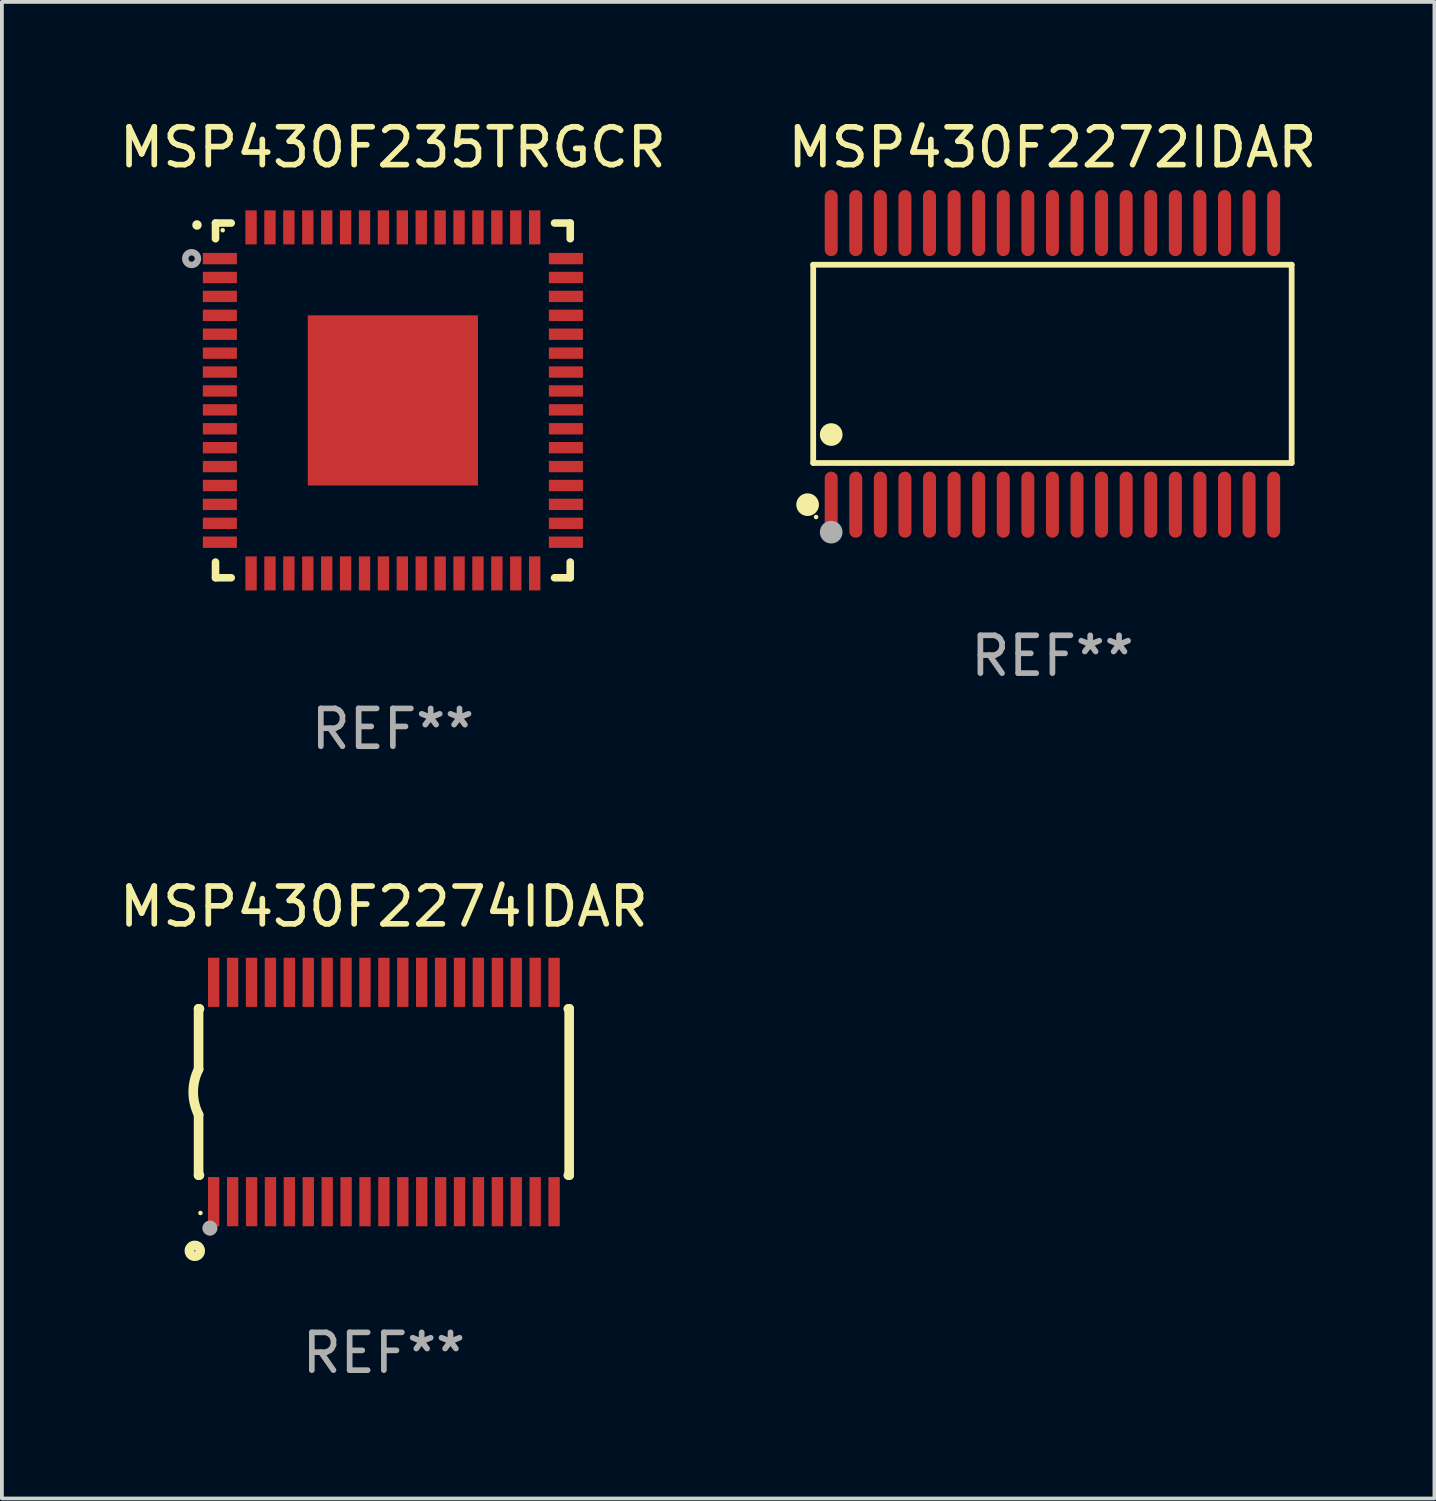
<source format=kicad_pcb>
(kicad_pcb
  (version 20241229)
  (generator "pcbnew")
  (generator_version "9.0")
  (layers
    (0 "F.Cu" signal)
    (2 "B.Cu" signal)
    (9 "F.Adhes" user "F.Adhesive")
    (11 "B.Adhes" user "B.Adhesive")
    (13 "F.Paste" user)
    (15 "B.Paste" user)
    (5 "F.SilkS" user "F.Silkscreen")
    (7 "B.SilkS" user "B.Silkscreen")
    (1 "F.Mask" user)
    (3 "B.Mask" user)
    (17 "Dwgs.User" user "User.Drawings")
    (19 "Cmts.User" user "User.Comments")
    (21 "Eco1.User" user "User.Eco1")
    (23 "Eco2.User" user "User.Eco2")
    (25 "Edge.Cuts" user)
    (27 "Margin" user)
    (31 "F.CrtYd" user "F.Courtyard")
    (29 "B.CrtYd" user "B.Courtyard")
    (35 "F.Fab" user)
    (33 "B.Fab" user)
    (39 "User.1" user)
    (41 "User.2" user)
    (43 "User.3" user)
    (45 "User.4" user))
  (footprint "MSP430F2274IDAR"
    (layer "F.Cu")
    (at 7.101 25.826)
    (property "Reference" "MSP430F2274IDAR" (at 0 -4.901 0) (layer "F.SilkS") (effects (font (size 1 1) (thickness 0.15))))
    (attr through_hole)
    (fp_line (start -4.9 -2.2) (end -4.9 -0.6) (stroke (width 0.254) (type solid)) (layer "F.SilkS"))
    (fp_line (start -4.9 -2.2) (end -4.876 -2.2) (stroke (width 0.254) (type solid)) (layer "F.SilkS"))
    (fp_line (start -4.9 2.2) (end -4.9 0.6) (stroke (width 0.254) (type solid)) (layer "F.SilkS"))
    (fp_line (start -4.9 2.2) (end -4.877 2.2) (stroke (width 0.254) (type solid)) (layer "F.SilkS"))
    (fp_line (start 4.876 -2.2) (end 4.9 -2.2) (stroke (width 0.254) (type solid)) (layer "F.SilkS"))
    (fp_line (start 4.877 2.2) (end 4.9 2.2) (stroke (width 0.254) (type solid)) (layer "F.SilkS"))
    (fp_line (start 4.9 -2.2) (end 4.9 2.2) (stroke (width 0.254) (type solid)) (layer "F.SilkS"))
    (fp_arc (start -4.900051 0.599822) (mid -5.041652 -0.000095) (end -4.9 -0.6) (stroke (width 0.254001) (type solid)) (layer "F.SilkS"))
    (fp_circle (center -5 4.2) (end -4.857 4.2) (stroke (width 0.254) (type solid)) (fill no) (layer "F.SilkS"))
    (fp_circle (center -4.85 3.2) (end -4.82 3.2) (stroke (width 0.06) (type solid)) (fill no) (layer "F.SilkS"))
    (fp_circle (center -4.6 3.6) (end -4.5 3.6) (stroke (width 0.2) (type solid)) (fill no) (layer "F.Fab"))
    (fp_text user "REF**" (at 0 6.901 0) (layer "F.Fab") (effects (font (size 1 1) (thickness 0.15))))
    (pad "1" smd rect (at -4.501 2.899 90) (size 1.3 0.3) (layers "F.Cu" "F.Mask" "F.Paste"))
    (pad "2" smd rect (at -3.999 2.901 90) (size 1.3 0.3) (layers "F.Cu" "F.Mask" "F.Paste"))
    (pad "3" smd rect (at -3.498 2.901 90) (size 1.3 0.3) (layers "F.Cu" "F.Mask" "F.Paste"))
    (pad "4" smd rect (at -2.999 2.901 90) (size 1.3 0.3) (layers "F.Cu" "F.Mask" "F.Paste"))
    (pad "5" smd rect (at -2.499 2.901 90) (size 1.3 0.3) (layers "F.Cu" "F.Mask" "F.Paste"))
    (pad "6" smd rect (at -1.999 2.901 90) (size 1.3 0.3) (layers "F.Cu" "F.Mask" "F.Paste"))
    (pad "7" smd rect (at -1.499 2.901 90) (size 1.3 0.3) (layers "F.Cu" "F.Mask" "F.Paste"))
    (pad "8" smd rect (at -0.999 2.901 90) (size 1.3 0.3) (layers "F.Cu" "F.Mask" "F.Paste"))
    (pad "9" smd rect (at -0.499 2.901 90) (size 1.3 0.3) (layers "F.Cu" "F.Mask" "F.Paste"))
    (pad "10" smd rect (at 0.001 2.901 90) (size 1.3 0.3) (layers "F.Cu" "F.Mask" "F.Paste"))
    (pad "11" smd rect (at 0.501 2.901 90) (size 1.3 0.3) (layers "F.Cu" "F.Mask" "F.Paste"))
    (pad "12" smd rect (at 1.001 2.901 90) (size 1.3 0.3) (layers "F.Cu" "F.Mask" "F.Paste"))
    (pad "13" smd rect (at 1.501 2.901 90) (size 1.3 0.3) (layers "F.Cu" "F.Mask" "F.Paste"))
    (pad "14" smd rect (at 2.001 2.901 90) (size 1.3 0.3) (layers "F.Cu" "F.Mask" "F.Paste"))
    (pad "15" smd rect (at 2.501 2.901 90) (size 1.3 0.3) (layers "F.Cu" "F.Mask" "F.Paste"))
    (pad "16" smd rect (at 3.001 2.901 90) (size 1.3 0.3) (layers "F.Cu" "F.Mask" "F.Paste"))
    (pad "17" smd rect (at 3.501 2.901 90) (size 1.3 0.3) (layers "F.Cu" "F.Mask" "F.Paste"))
    (pad "18" smd rect (at 4.001 2.901 90) (size 1.3 0.3) (layers "F.Cu" "F.Mask" "F.Paste"))
    (pad "19" smd rect (at 4.501 2.901 90) (size 1.3 0.3) (layers "F.Cu" "F.Mask" "F.Paste"))
    (pad "20" smd rect (at 4.501 -2.899 90) (size 1.3 0.3) (layers "F.Cu" "F.Mask" "F.Paste"))
    (pad "21" smd rect (at 4.001 -2.9 90) (size 1.3 0.3) (layers "F.Cu" "F.Mask" "F.Paste"))
    (pad "22" smd rect (at 3.501 -2.899 90) (size 1.3 0.3) (layers "F.Cu" "F.Mask" "F.Paste"))
    (pad "23" smd rect (at 3.002 -2.899 90) (size 1.3 0.3) (layers "F.Cu" "F.Mask" "F.Paste"))
    (pad "24" smd rect (at 2.499 -2.901 90) (size 1.3 0.3) (layers "F.Cu" "F.Mask" "F.Paste"))
    (pad "25" smd rect (at 2 -2.9 90) (size 1.3 0.3) (layers "F.Cu" "F.Mask" "F.Paste"))
    (pad "26" smd rect (at 1.5 -2.9 90) (size 1.3 0.3) (layers "F.Cu" "F.Mask" "F.Paste"))
    (pad "27" smd rect (at 1 -2.9 90) (size 1.3 0.3) (layers "F.Cu" "F.Mask" "F.Paste"))
    (pad "28" smd rect (at 0.5 -2.9 90) (size 1.3 0.3) (layers "F.Cu" "F.Mask" "F.Paste"))
    (pad "29" smd rect (at 0.000127 -2.9 90) (size 1.3 0.3) (layers "F.Cu" "F.Mask" "F.Paste"))
    (pad "30" smd rect (at -0.5 -2.9 90) (size 1.3 0.3) (layers "F.Cu" "F.Mask" "F.Paste"))
    (pad "31" smd rect (at -1 -2.9 90) (size 1.3 0.3) (layers "F.Cu" "F.Mask" "F.Paste"))
    (pad "32" smd rect (at -1.5 -2.9 90) (size 1.3 0.3) (layers "F.Cu" "F.Mask" "F.Paste"))
    (pad "33" smd rect (at -2 -2.9 90) (size 1.3 0.3) (layers "F.Cu" "F.Mask" "F.Paste"))
    (pad "34" smd rect (at -2.5 -2.9 90) (size 1.3 0.3) (layers "F.Cu" "F.Mask" "F.Paste"))
    (pad "35" smd rect (at -3 -2.9 90) (size 1.3 0.3) (layers "F.Cu" "F.Mask" "F.Paste"))
    (pad "36" smd rect (at -3.5 -2.9 90) (size 1.3 0.3) (layers "F.Cu" "F.Mask" "F.Paste"))
    (pad "37" smd rect (at -4 -2.9 90) (size 1.3 0.3) (layers "F.Cu" "F.Mask" "F.Paste"))
    (pad "38" smd rect (at -4.5 -2.9 90) (size 1.3 0.3) (layers "F.Cu" "F.Mask" "F.Paste")))
  (footprint "MSP430F2272IDAR"
    (layer "F.Cu")
    (at 24.78 6.572)
    (property "Reference" "MSP430F2272IDAR" (at 0 -5.723 0) (layer "F.SilkS") (effects (font (size 1 1) (thickness 0.15))))
    (attr through_hole)
    (fp_line (start -6.326 -2.622) (end 6.326 -2.622) (stroke (width 0.152) (type solid)) (layer "F.SilkS"))
    (fp_line (start -6.326 2.621) (end -6.326 -2.622) (stroke (width 0.152) (type solid)) (layer "F.SilkS"))
    (fp_line (start 6.326 -2.622) (end 6.326 2.621) (stroke (width 0.152) (type solid)) (layer "F.SilkS"))
    (fp_line (start 6.326 2.621) (end -6.326 2.621) (stroke (width 0.152) (type solid)) (layer "F.SilkS"))
    (fp_circle (center -6.474 3.723) (end -6.324 3.723) (stroke (width 0.3) (type solid)) (fill no) (layer "F.SilkS"))
    (fp_circle (center -6.25 4.05) (end -6.22 4.05) (stroke (width 0.06) (type solid)) (fill no) (layer "F.SilkS"))
    (fp_circle (center -5.85 1.869) (end -5.7 1.869) (stroke (width 0.3) (type solid)) (fill no) (layer "F.SilkS"))
    (fp_circle (center -5.85 4.45) (end -5.7 4.45) (stroke (width 0.3) (type solid)) (fill no) (layer "F.Fab"))
    (fp_text user "REF**" (at 0 7.723 0) (layer "F.Fab") (effects (font (size 1 1) (thickness 0.15))))
    (pad "1" smd oval (at -5.85 3.723) (size 0.343 1.747) (layers "F.Cu" "F.Mask" "F.Paste"))
    (pad "2" smd oval (at -5.2 3.723) (size 0.343 1.747) (layers "F.Cu" "F.Mask" "F.Paste"))
    (pad "3" smd oval (at -4.55 3.723) (size 0.343 1.747) (layers "F.Cu" "F.Mask" "F.Paste"))
    (pad "4" smd oval (at -3.9 3.723) (size 0.343 1.747) (layers "F.Cu" "F.Mask" "F.Paste"))
    (pad "5" smd oval (at -3.25 3.723) (size 0.343 1.747) (layers "F.Cu" "F.Mask" "F.Paste"))
    (pad "6" smd oval (at -2.6 3.723) (size 0.343 1.747) (layers "F.Cu" "F.Mask" "F.Paste"))
    (pad "7" smd oval (at -1.95 3.723) (size 0.343 1.747) (layers "F.Cu" "F.Mask" "F.Paste"))
    (pad "8" smd oval (at -1.3 3.723) (size 0.343 1.747) (layers "F.Cu" "F.Mask" "F.Paste"))
    (pad "9" smd oval (at -0.65 3.723) (size 0.343 1.747) (layers "F.Cu" "F.Mask" "F.Paste"))
    (pad "10" smd oval (at 0 3.723) (size 0.343 1.747) (layers "F.Cu" "F.Mask" "F.Paste"))
    (pad "11" smd oval (at 0.65 3.723) (size 0.343 1.747) (layers "F.Cu" "F.Mask" "F.Paste"))
    (pad "12" smd oval (at 1.3 3.723) (size 0.343 1.747) (layers "F.Cu" "F.Mask" "F.Paste"))
    (pad "13" smd oval (at 1.95 3.723) (size 0.343 1.747) (layers "F.Cu" "F.Mask" "F.Paste"))
    (pad "14" smd oval (at 2.6 3.723) (size 0.343 1.747) (layers "F.Cu" "F.Mask" "F.Paste"))
    (pad "15" smd oval (at 3.25 3.723) (size 0.343 1.747) (layers "F.Cu" "F.Mask" "F.Paste"))
    (pad "16" smd oval (at 3.9 3.723) (size 0.343 1.747) (layers "F.Cu" "F.Mask" "F.Paste"))
    (pad "17" smd oval (at 4.55 3.723) (size 0.343 1.747) (layers "F.Cu" "F.Mask" "F.Paste"))
    (pad "18" smd oval (at 5.2 3.723) (size 0.343 1.747) (layers "F.Cu" "F.Mask" "F.Paste"))
    (pad "19" smd oval (at 5.85 3.723) (size 0.343 1.747) (layers "F.Cu" "F.Mask" "F.Paste"))
    (pad "20" smd oval (at 5.85 -3.723) (size 0.343 1.747) (layers "F.Cu" "F.Mask" "F.Paste"))
    (pad "21" smd oval (at 5.2 -3.723) (size 0.343 1.747) (layers "F.Cu" "F.Mask" "F.Paste"))
    (pad "22" smd oval (at 4.55 -3.723) (size 0.343 1.747) (layers "F.Cu" "F.Mask" "F.Paste"))
    (pad "23" smd oval (at 3.9 -3.723) (size 0.343 1.747) (layers "F.Cu" "F.Mask" "F.Paste"))
    (pad "24" smd oval (at 3.25 -3.723) (size 0.343 1.747) (layers "F.Cu" "F.Mask" "F.Paste"))
    (pad "25" smd oval (at 2.6 -3.723) (size 0.343 1.747) (layers "F.Cu" "F.Mask" "F.Paste"))
    (pad "26" smd oval (at 1.95 -3.723) (size 0.343 1.747) (layers "F.Cu" "F.Mask" "F.Paste"))
    (pad "27" smd oval (at 1.3 -3.723) (size 0.343 1.747) (layers "F.Cu" "F.Mask" "F.Paste"))
    (pad "28" smd oval (at 0.65 -3.723) (size 0.343 1.747) (layers "F.Cu" "F.Mask" "F.Paste"))
    (pad "29" smd oval (at 0 -3.723) (size 0.343 1.747) (layers "F.Cu" "F.Mask" "F.Paste"))
    (pad "30" smd oval (at -0.65 -3.723) (size 0.343 1.747) (layers "F.Cu" "F.Mask" "F.Paste"))
    (pad "31" smd oval (at -1.3 -3.723) (size 0.343 1.747) (layers "F.Cu" "F.Mask" "F.Paste"))
    (pad "32" smd oval (at -1.95 -3.723) (size 0.343 1.747) (layers "F.Cu" "F.Mask" "F.Paste"))
    (pad "33" smd oval (at -2.6 -3.723) (size 0.343 1.747) (layers "F.Cu" "F.Mask" "F.Paste"))
    (pad "34" smd oval (at -3.25 -3.723) (size 0.343 1.747) (layers "F.Cu" "F.Mask" "F.Paste"))
    (pad "35" smd oval (at -3.9 -3.723) (size 0.343 1.747) (layers "F.Cu" "F.Mask" "F.Paste"))
    (pad "36" smd oval (at -4.55 -3.723) (size 0.343 1.747) (layers "F.Cu" "F.Mask" "F.Paste"))
    (pad "37" smd oval (at -5.2 -3.723) (size 0.343 1.747) (layers "F.Cu" "F.Mask" "F.Paste"))
    (pad "38" smd oval (at -5.85 -3.723) (size 0.343 1.747) (layers "F.Cu" "F.Mask" "F.Paste")))
  (footprint "MSP430F235TRGCR"
    (layer "F.Cu")
    (at 7.339 7.538)
    (property "Reference" "MSP430F235TRGCR" (at 0 -6.69 0) (layer "F.SilkS") (effects (font (size 1 1) (thickness 0.15))))
    (attr through_hole)
    (fp_line (start -4.69 -4.69) (end -4.275 -4.69) (stroke (width 0.2) (type solid)) (layer "F.SilkS"))
    (fp_line (start -4.69 -4.275) (end -4.69 -4.69) (stroke (width 0.2) (type solid)) (layer "F.SilkS"))
    (fp_line (start -4.69 4.275) (end -4.69 4.69) (stroke (width 0.2) (type solid)) (layer "F.SilkS"))
    (fp_line (start -4.69 4.69) (end -4.275 4.69) (stroke (width 0.2) (type solid)) (layer "F.SilkS"))
    (fp_line (start 4.275 -4.69) (end 4.69 -4.69) (stroke (width 0.2) (type solid)) (layer "F.SilkS"))
    (fp_line (start 4.275 4.69) (end 4.69 4.69) (stroke (width 0.2) (type solid)) (layer "F.SilkS"))
    (fp_line (start 4.69 -4.69) (end 4.69 -4.275) (stroke (width 0.2) (type solid)) (layer "F.SilkS"))
    (fp_line (start 4.69 4.69) (end 4.69 4.275) (stroke (width 0.2) (type solid)) (layer "F.SilkS"))
    (fp_arc (start -5.18001 -4.637338) (mid -5.180016 -4.638608) (end -5.18001 -4.639878) (stroke (width 0.24892) (type solid)) (layer "F.SilkS"))
    (fp_circle (center -4.5 -4.5) (end -4.47 -4.5) (stroke (width 0.06) (type solid)) (fill no) (layer "F.SilkS"))
    (fp_circle (center -5.322 -3.75) (end -5.239 -3.75) (stroke (width 0.17) (type solid)) (fill no) (layer "F.Fab"))
    (fp_text user "REF**" (at 0 8.69 0) (layer "F.Fab") (effects (font (size 1 1) (thickness 0.15))))
    (pad "1" smd rect (at -4.575 -3.75) (size 0.9 0.3) (layers "F.Cu" "F.Mask" "F.Paste"))
    (pad "2" smd rect (at -4.575 -3.25) (size 0.9 0.3) (layers "F.Cu" "F.Mask" "F.Paste"))
    (pad "3" smd rect (at -4.575 -2.75) (size 0.9 0.3) (layers "F.Cu" "F.Mask" "F.Paste"))
    (pad "4" smd rect (at -4.575 -2.25) (size 0.9 0.3) (layers "F.Cu" "F.Mask" "F.Paste"))
    (pad "5" smd rect (at -4.575 -1.75) (size 0.9 0.3) (layers "F.Cu" "F.Mask" "F.Paste"))
    (pad "6" smd rect (at -4.575 -1.25) (size 0.9 0.3) (layers "F.Cu" "F.Mask" "F.Paste"))
    (pad "7" smd rect (at -4.575 -0.75) (size 0.9 0.3) (layers "F.Cu" "F.Mask" "F.Paste"))
    (pad "8" smd rect (at -4.575 -0.25) (size 0.9 0.3) (layers "F.Cu" "F.Mask" "F.Paste"))
    (pad "9" smd rect (at -4.575 0.25) (size 0.9 0.3) (layers "F.Cu" "F.Mask" "F.Paste"))
    (pad "10" smd rect (at -4.575 0.75) (size 0.9 0.3) (layers "F.Cu" "F.Mask" "F.Paste"))
    (pad "11" smd rect (at -4.575 1.25) (size 0.9 0.3) (layers "F.Cu" "F.Mask" "F.Paste"))
    (pad "12" smd rect (at -4.575 1.75) (size 0.9 0.3) (layers "F.Cu" "F.Mask" "F.Paste"))
    (pad "13" smd rect (at -4.575 2.25) (size 0.9 0.3) (layers "F.Cu" "F.Mask" "F.Paste"))
    (pad "14" smd rect (at -4.575 2.75) (size 0.9 0.3) (layers "F.Cu" "F.Mask" "F.Paste"))
    (pad "15" smd rect (at -4.575 3.25) (size 0.9 0.3) (layers "F.Cu" "F.Mask" "F.Paste"))
    (pad "16" smd rect (at -4.575 3.75) (size 0.9 0.3) (layers "F.Cu" "F.Mask" "F.Paste"))
    (pad "17" smd rect (at -3.75 4.575 90) (size 0.9 0.3) (layers "F.Cu" "F.Mask" "F.Paste"))
    (pad "18" smd rect (at -3.25 4.575 90) (size 0.9 0.3) (layers "F.Cu" "F.Mask" "F.Paste"))
    (pad "19" smd rect (at -2.75 4.575 90) (size 0.9 0.3) (layers "F.Cu" "F.Mask" "F.Paste"))
    (pad "20" smd rect (at -2.25 4.575 90) (size 0.9 0.3) (layers "F.Cu" "F.Mask" "F.Paste"))
    (pad "21" smd rect (at -1.75 4.575 90) (size 0.9 0.3) (layers "F.Cu" "F.Mask" "F.Paste"))
    (pad "22" smd rect (at -1.25 4.575 90) (size 0.9 0.3) (layers "F.Cu" "F.Mask" "F.Paste"))
    (pad "23" smd rect (at -0.75 4.575 90) (size 0.9 0.3) (layers "F.Cu" "F.Mask" "F.Paste"))
    (pad "24" smd rect (at -0.25 4.575 90) (size 0.9 0.3) (layers "F.Cu" "F.Mask" "F.Paste"))
    (pad "25" smd rect (at 0.25 4.575 90) (size 0.9 0.3) (layers "F.Cu" "F.Mask" "F.Paste"))
    (pad "26" smd rect (at 0.75 4.575 90) (size 0.9 0.3) (layers "F.Cu" "F.Mask" "F.Paste"))
    (pad "27" smd rect (at 1.25 4.575 90) (size 0.9 0.3) (layers "F.Cu" "F.Mask" "F.Paste"))
    (pad "28" smd rect (at 1.75 4.575 90) (size 0.9 0.3) (layers "F.Cu" "F.Mask" "F.Paste"))
    (pad "29" smd rect (at 2.25 4.575 90) (size 0.9 0.3) (layers "F.Cu" "F.Mask" "F.Paste"))
    (pad "30" smd rect (at 2.75 4.575 90) (size 0.9 0.3) (layers "F.Cu" "F.Mask" "F.Paste"))
    (pad "31" smd rect (at 3.25 4.575 90) (size 0.9 0.3) (layers "F.Cu" "F.Mask" "F.Paste"))
    (pad "32" smd rect (at 3.75 4.575 90) (size 0.9 0.3) (layers "F.Cu" "F.Mask" "F.Paste"))
    (pad "33" smd rect (at 4.575 3.75 180) (size 0.9 0.3) (layers "F.Cu" "F.Mask" "F.Paste"))
    (pad "34" smd rect (at 4.575 3.25) (size 0.9 0.3) (layers "F.Cu" "F.Mask" "F.Paste"))
    (pad "35" smd rect (at 4.575 2.75) (size 0.9 0.3) (layers "F.Cu" "F.Mask" "F.Paste"))
    (pad "36" smd rect (at 4.575 2.25) (size 0.9 0.3) (layers "F.Cu" "F.Mask" "F.Paste"))
    (pad "37" smd rect (at 4.575 1.75) (size 0.9 0.3) (layers "F.Cu" "F.Mask" "F.Paste"))
    (pad "38" smd rect (at 4.575 1.25) (size 0.9 0.3) (layers "F.Cu" "F.Mask" "F.Paste"))
    (pad "39" smd rect (at 4.575 0.75) (size 0.9 0.3) (layers "F.Cu" "F.Mask" "F.Paste"))
    (pad "40" smd rect (at 4.575 0.25) (size 0.9 0.3) (layers "F.Cu" "F.Mask" "F.Paste"))
    (pad "41" smd rect (at 4.575 -0.25) (size 0.9 0.3) (layers "F.Cu" "F.Mask" "F.Paste"))
    (pad "42" smd rect (at 4.575 -0.75) (size 0.9 0.3) (layers "F.Cu" "F.Mask" "F.Paste"))
    (pad "43" smd rect (at 4.575 -1.25) (size 0.9 0.3) (layers "F.Cu" "F.Mask" "F.Paste"))
    (pad "44" smd rect (at 4.575 -1.75) (size 0.9 0.3) (layers "F.Cu" "F.Mask" "F.Paste"))
    (pad "45" smd rect (at 4.575 -2.25) (size 0.9 0.3) (layers "F.Cu" "F.Mask" "F.Paste"))
    (pad "46" smd rect (at 4.575 -2.75) (size 0.9 0.3) (layers "F.Cu" "F.Mask" "F.Paste"))
    (pad "47" smd rect (at 4.575 -3.25) (size 0.9 0.3) (layers "F.Cu" "F.Mask" "F.Paste"))
    (pad "48" smd rect (at 4.575 -3.75) (size 0.9 0.3) (layers "F.Cu" "F.Mask" "F.Paste"))
    (pad "49" smd rect (at 3.75 -4.575 90) (size 0.9 0.3) (layers "F.Cu" "F.Mask" "F.Paste"))
    (pad "50" smd rect (at 3.25 -4.575 90) (size 0.9 0.3) (layers "F.Cu" "F.Mask" "F.Paste"))
    (pad "51" smd rect (at 2.75 -4.575 90) (size 0.9 0.3) (layers "F.Cu" "F.Mask" "F.Paste"))
    (pad "52" smd rect (at 2.25 -4.575 90) (size 0.9 0.3) (layers "F.Cu" "F.Mask" "F.Paste"))
    (pad "53" smd rect (at 1.75 -4.575 90) (size 0.9 0.3) (layers "F.Cu" "F.Mask" "F.Paste"))
    (pad "54" smd rect (at 1.25 -4.575 90) (size 0.9 0.3) (layers "F.Cu" "F.Mask" "F.Paste"))
    (pad "55" smd rect (at 0.75 -4.575 90) (size 0.9 0.3) (layers "F.Cu" "F.Mask" "F.Paste"))
    (pad "56" smd rect (at 0.25 -4.575 90) (size 0.9 0.3) (layers "F.Cu" "F.Mask" "F.Paste"))
    (pad "57" smd rect (at -0.25 -4.575 90) (size 0.9 0.3) (layers "F.Cu" "F.Mask" "F.Paste"))
    (pad "58" smd rect (at -0.75 -4.575 90) (size 0.9 0.3) (layers "F.Cu" "F.Mask" "F.Paste"))
    (pad "59" smd rect (at -1.25 -4.575 90) (size 0.9 0.3) (layers "F.Cu" "F.Mask" "F.Paste"))
    (pad "60" smd rect (at -1.75 -4.575 90) (size 0.9 0.3) (layers "F.Cu" "F.Mask" "F.Paste"))
    (pad "61" smd rect (at -2.25 -4.575 90) (size 0.9 0.3) (layers "F.Cu" "F.Mask" "F.Paste"))
    (pad "62" smd rect (at -2.75 -4.575 90) (size 0.9 0.3) (layers "F.Cu" "F.Mask" "F.Paste"))
    (pad "63" smd rect (at -3.25 -4.575 90) (size 0.9 0.3) (layers "F.Cu" "F.Mask" "F.Paste"))
    (pad "64" smd rect (at -3.75 -4.575 90) (size 0.9 0.3) (layers "F.Cu" "F.Mask" "F.Paste"))
    (pad "65" smd rect (at 0 0.000381) (size 4.5 4.5) (layers "F.Cu" "F.Mask" "F.Paste")))
  (gr_rect
    (start -3 -3)
    (end 34.881 36.575)
    (stroke (width 0.1) (type default))
    (fill no)
    (layer "Edge.Cuts")))
</source>
